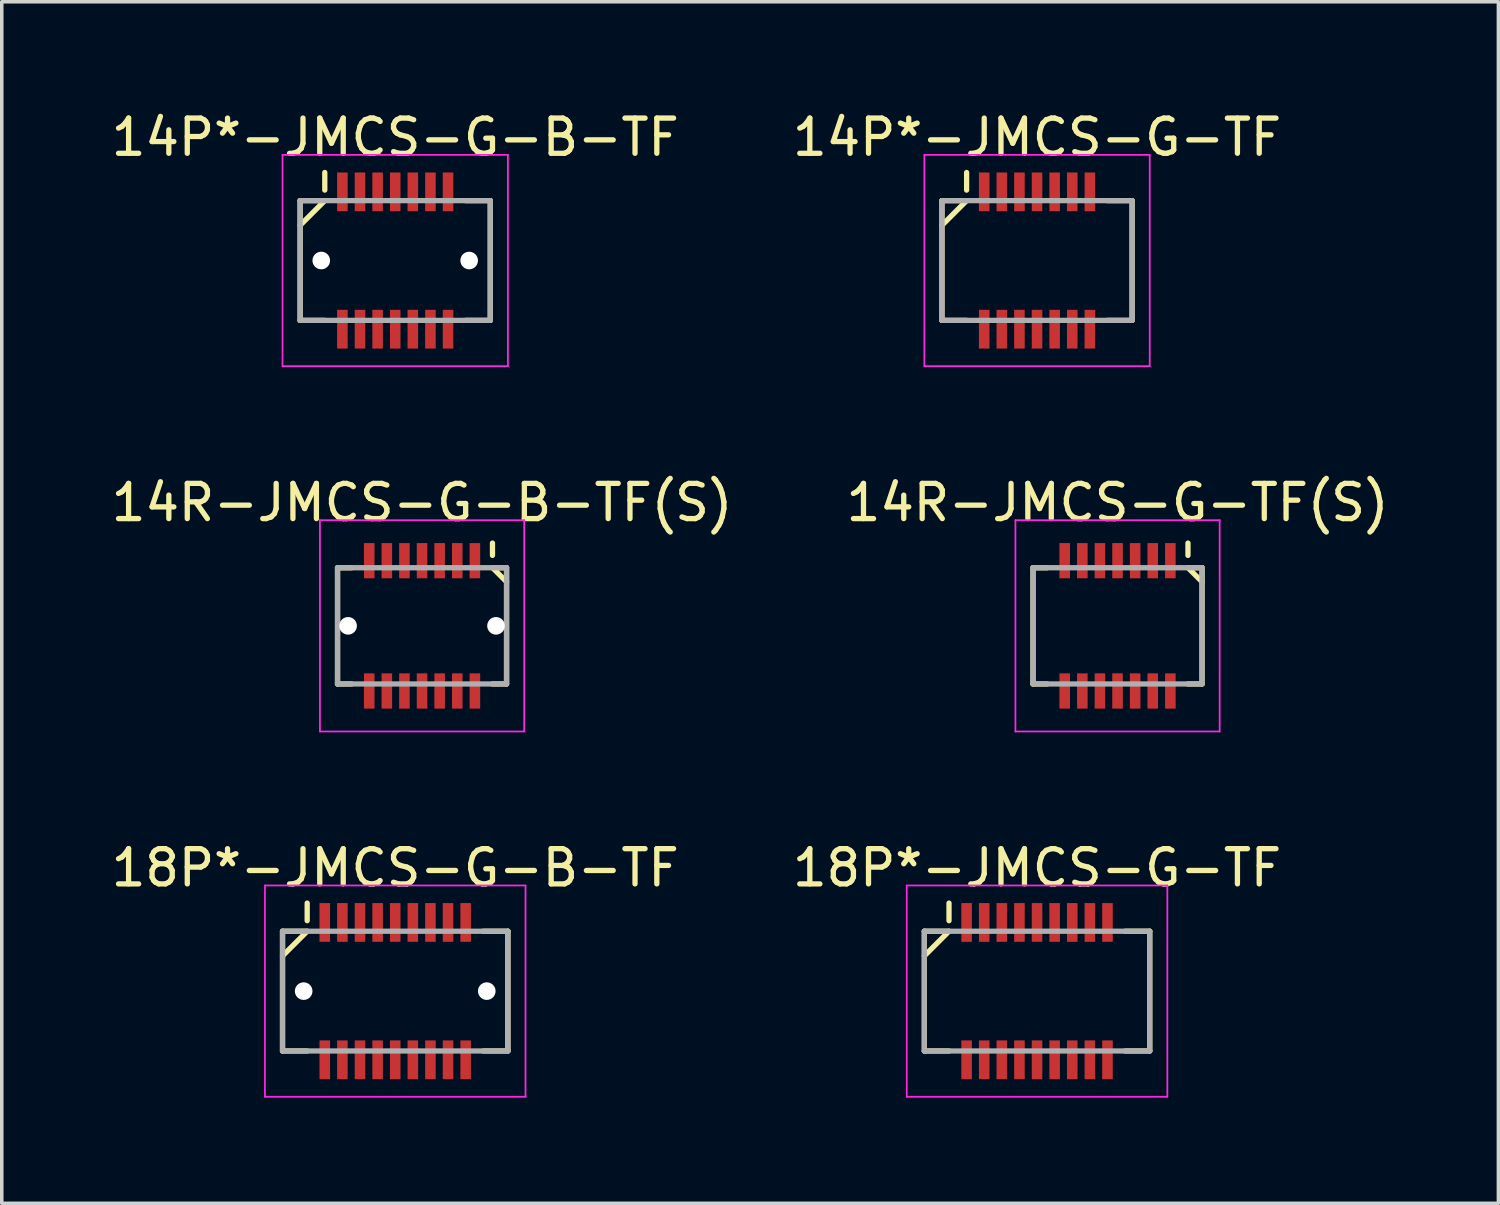
<source format=kicad_pcb>
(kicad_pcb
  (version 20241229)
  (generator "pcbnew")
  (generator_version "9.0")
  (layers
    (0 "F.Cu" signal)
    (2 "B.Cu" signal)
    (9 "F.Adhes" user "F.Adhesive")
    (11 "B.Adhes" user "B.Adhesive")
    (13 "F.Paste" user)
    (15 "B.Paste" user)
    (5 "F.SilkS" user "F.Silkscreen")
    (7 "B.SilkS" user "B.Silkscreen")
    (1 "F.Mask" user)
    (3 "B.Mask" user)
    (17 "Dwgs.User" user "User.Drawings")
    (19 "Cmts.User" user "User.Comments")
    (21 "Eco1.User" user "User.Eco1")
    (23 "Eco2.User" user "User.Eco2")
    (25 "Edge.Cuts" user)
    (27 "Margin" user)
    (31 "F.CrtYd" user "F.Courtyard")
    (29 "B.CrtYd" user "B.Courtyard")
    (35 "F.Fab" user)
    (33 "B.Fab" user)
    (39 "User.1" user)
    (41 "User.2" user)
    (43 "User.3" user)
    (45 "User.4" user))
  (footprint "14R-JMCS-G-TF(S)"
    (layer "F.Cu")
    (at 28.685 14.722)
    (property "Reference" "14R-JMCS-G-TF(S)" (at 0 -3.5 0) (layer "F.SilkS") (effects (font (size 1 1) (thickness 0.15))))
    (attr smd)
    (fp_line (start -2.4 -1.65) (end -2.4 1.65) (stroke (width 0.15) (type solid)) (layer "F.SilkS"))
    (fp_line (start -2.4 -1.65) (end -2 -1.65) (stroke (width 0.15) (type solid)) (layer "F.SilkS"))
    (fp_line (start -2.4 1.65) (end -2 1.65) (stroke (width 0.15) (type solid)) (layer "F.SilkS"))
    (fp_line (start 2 -2.35) (end 2 -2) (stroke (width 0.15) (type solid)) (layer "F.SilkS"))
    (fp_line (start 2 -1.65) (end 2.4 -1.65) (stroke (width 0.15) (type solid)) (layer "F.SilkS"))
    (fp_line (start 2 -1.65) (end 2.4 -1.25) (stroke (width 0.15) (type solid)) (layer "F.SilkS"))
    (fp_line (start 2 1.65) (end 2.4 1.65) (stroke (width 0.15) (type solid)) (layer "F.SilkS"))
    (fp_line (start 2.4 -1.65) (end 2.4 1.65) (stroke (width 0.15) (type solid)) (layer "F.SilkS"))
    (fp_line (start -2.9 -3) (end -2.9 3) (stroke (width 0.05) (type solid)) (layer "F.CrtYd"))
    (fp_line (start -2.9 -3) (end 2.9 -3) (stroke (width 0.05) (type solid)) (layer "F.CrtYd"))
    (fp_line (start -2.9 3) (end 2.9 3) (stroke (width 0.05) (type solid)) (layer "F.CrtYd"))
    (fp_line (start 2.9 -3) (end 2.9 3) (stroke (width 0.05) (type solid)) (layer "F.CrtYd"))
    (fp_line (start -2.4 -1.65) (end -2.4 1.65) (stroke (width 0.15) (type solid)) (layer "F.Fab"))
    (fp_line (start -2.4 -1.65) (end 2.4 -1.65) (stroke (width 0.15) (type solid)) (layer "F.Fab"))
    (fp_line (start -2.4 1.65) (end 2.4 1.65) (stroke (width 0.15) (type solid)) (layer "F.Fab"))
    (fp_line (start 2.4 -1.65) (end 2.4 1.65) (stroke (width 0.15) (type solid)) (layer "F.Fab"))
    (pad "1" smd rect (at 1.5 -1.85) (size 0.3 1) (layers "F.Cu" "F.Mask" "F.Paste"))
    (pad "2" smd rect (at 1.5 1.85) (size 0.3 1) (layers "F.Cu" "F.Mask" "F.Paste"))
    (pad "3" smd rect (at 1 -1.85) (size 0.3 1) (layers "F.Cu" "F.Mask" "F.Paste"))
    (pad "4" smd rect (at 1 1.85) (size 0.3 1) (layers "F.Cu" "F.Mask" "F.Paste"))
    (pad "5" smd rect (at 0.5 -1.85) (size 0.3 1) (layers "F.Cu" "F.Mask" "F.Paste"))
    (pad "6" smd rect (at 0.5 1.85) (size 0.3 1) (layers "F.Cu" "F.Mask" "F.Paste"))
    (pad "7" smd rect (at 0 -1.85) (size 0.3 1) (layers "F.Cu" "F.Mask" "F.Paste"))
    (pad "8" smd rect (at 0 1.85) (size 0.3 1) (layers "F.Cu" "F.Mask" "F.Paste"))
    (pad "9" smd rect (at -0.5 -1.85) (size 0.3 1) (layers "F.Cu" "F.Mask" "F.Paste"))
    (pad "10" smd rect (at -0.5 1.85) (size 0.3 1) (layers "F.Cu" "F.Mask" "F.Paste"))
    (pad "11" smd rect (at -1 -1.85) (size 0.3 1) (layers "F.Cu" "F.Mask" "F.Paste"))
    (pad "12" smd rect (at -1 1.85) (size 0.3 1) (layers "F.Cu" "F.Mask" "F.Paste"))
    (pad "13" smd rect (at -1.5 -1.85) (size 0.3 1) (layers "F.Cu" "F.Mask" "F.Paste"))
    (pad "14" smd rect (at -1.5 1.85) (size 0.3 1) (layers "F.Cu" "F.Mask" "F.Paste")))
  (footprint "14R-JMCS-G-B-TF(S)"
    (layer "F.Cu")
    (at 8.935 14.722)
    (property "Reference" "14R-JMCS-G-B-TF(S)" (at 0 -3.5 0) (layer "F.SilkS") (effects (font (size 1 1) (thickness 0.15))))
    (attr smd)
    (fp_line (start -2.4 -1.65) (end -2.4 1.65) (stroke (width 0.15) (type solid)) (layer "F.SilkS"))
    (fp_line (start -2.4 -1.65) (end -2 -1.65) (stroke (width 0.15) (type solid)) (layer "F.SilkS"))
    (fp_line (start -2.4 1.65) (end -2 1.65) (stroke (width 0.15) (type solid)) (layer "F.SilkS"))
    (fp_line (start 2 -2.35) (end 2 -2) (stroke (width 0.15) (type solid)) (layer "F.SilkS"))
    (fp_line (start 2 -1.65) (end 2.4 -1.65) (stroke (width 0.15) (type solid)) (layer "F.SilkS"))
    (fp_line (start 2 -1.65) (end 2.4 -1.25) (stroke (width 0.15) (type solid)) (layer "F.SilkS"))
    (fp_line (start 2 1.65) (end 2.4 1.65) (stroke (width 0.15) (type solid)) (layer "F.SilkS"))
    (fp_line (start 2.4 -1.65) (end 2.4 1.65) (stroke (width 0.15) (type solid)) (layer "F.SilkS"))
    (fp_line (start -2.9 -3) (end -2.9 3) (stroke (width 0.05) (type solid)) (layer "F.CrtYd"))
    (fp_line (start -2.9 -3) (end 2.9 -3) (stroke (width 0.05) (type solid)) (layer "F.CrtYd"))
    (fp_line (start -2.9 3) (end 2.9 3) (stroke (width 0.05) (type solid)) (layer "F.CrtYd"))
    (fp_line (start 2.9 -3) (end 2.9 3) (stroke (width 0.05) (type solid)) (layer "F.CrtYd"))
    (fp_line (start -2.4 -1.65) (end -2.4 1.65) (stroke (width 0.15) (type solid)) (layer "F.Fab"))
    (fp_line (start -2.4 -1.65) (end 2.4 -1.65) (stroke (width 0.15) (type solid)) (layer "F.Fab"))
    (fp_line (start -2.4 1.65) (end 2.4 1.65) (stroke (width 0.15) (type solid)) (layer "F.Fab"))
    (fp_line (start 2.4 -1.65) (end 2.4 1.65) (stroke (width 0.15) (type solid)) (layer "F.Fab"))
    (pad "" np_thru_hole circle (at -2.1 0) (size 0.5 0.5) (drill 0.5) (layers "*.Cu" "*.Mask"))
    (pad "" np_thru_hole circle (at 2.1 0) (size 0.5 0.5) (drill 0.5) (layers "*.Cu" "*.Mask"))
    (pad "1" smd rect (at 1.5 -1.85) (size 0.3 1) (layers "F.Cu" "F.Mask" "F.Paste"))
    (pad "2" smd rect (at 1.5 1.85) (size 0.3 1) (layers "F.Cu" "F.Mask" "F.Paste"))
    (pad "3" smd rect (at 1 -1.85) (size 0.3 1) (layers "F.Cu" "F.Mask" "F.Paste"))
    (pad "4" smd rect (at 1 1.85) (size 0.3 1) (layers "F.Cu" "F.Mask" "F.Paste"))
    (pad "5" smd rect (at 0.5 -1.85) (size 0.3 1) (layers "F.Cu" "F.Mask" "F.Paste"))
    (pad "6" smd rect (at 0.5 1.85) (size 0.3 1) (layers "F.Cu" "F.Mask" "F.Paste"))
    (pad "7" smd rect (at 0 -1.85) (size 0.3 1) (layers "F.Cu" "F.Mask" "F.Paste"))
    (pad "8" smd rect (at 0 1.85) (size 0.3 1) (layers "F.Cu" "F.Mask" "F.Paste"))
    (pad "9" smd rect (at -0.5 -1.85) (size 0.3 1) (layers "F.Cu" "F.Mask" "F.Paste"))
    (pad "10" smd rect (at -0.5 1.85) (size 0.3 1) (layers "F.Cu" "F.Mask" "F.Paste"))
    (pad "11" smd rect (at -1 -1.85) (size 0.3 1) (layers "F.Cu" "F.Mask" "F.Paste"))
    (pad "12" smd rect (at -1 1.85) (size 0.3 1) (layers "F.Cu" "F.Mask" "F.Paste"))
    (pad "13" smd rect (at -1.5 -1.85) (size 0.3 1) (layers "F.Cu" "F.Mask" "F.Paste"))
    (pad "14" smd rect (at -1.5 1.85) (size 0.3 1) (layers "F.Cu" "F.Mask" "F.Paste")))
  (footprint "14P*-JMCS-G-B-TF"
    (layer "F.Cu")
    (at 8.173 4.348)
    (property "Reference" "14P*-JMCS-G-B-TF" (at 0 -3.5 0) (layer "F.SilkS") (effects (font (size 1 1) (thickness 0.15))))
    (attr smd)
    (fp_line (start -2.7 -1.7) (end -2.7 1.7) (stroke (width 0.15) (type solid)) (layer "F.SilkS"))
    (fp_line (start -2.7 -1.7) (end -2 -1.7) (stroke (width 0.15) (type solid)) (layer "F.SilkS"))
    (fp_line (start -2.7 1.7) (end -2 1.7) (stroke (width 0.15) (type solid)) (layer "F.SilkS"))
    (fp_line (start -2 -2.5) (end -2 -2) (stroke (width 0.15) (type solid)) (layer "F.SilkS"))
    (fp_line (start -2 -1.7) (end -2.7 -1) (stroke (width 0.15) (type solid)) (layer "F.SilkS"))
    (fp_line (start 2 -1.7) (end 2.7 -1.7) (stroke (width 0.15) (type solid)) (layer "F.SilkS"))
    (fp_line (start 2 1.7) (end 2.7 1.7) (stroke (width 0.15) (type solid)) (layer "F.SilkS"))
    (fp_line (start 2.7 -1.7) (end 2.7 1.7) (stroke (width 0.15) (type solid)) (layer "F.SilkS"))
    (fp_line (start -3.2 -3) (end -3.2 3) (stroke (width 0.05) (type solid)) (layer "F.CrtYd"))
    (fp_line (start -3.2 -3) (end 3.2 -3) (stroke (width 0.05) (type solid)) (layer "F.CrtYd"))
    (fp_line (start -3.2 3) (end 3.2 3) (stroke (width 0.05) (type solid)) (layer "F.CrtYd"))
    (fp_line (start 3.2 -3) (end 3.2 3) (stroke (width 0.05) (type solid)) (layer "F.CrtYd"))
    (fp_line (start -2.7 -1.7) (end -2.7 1.7) (stroke (width 0.15) (type solid)) (layer "F.Fab"))
    (fp_line (start -2.7 -1.7) (end 2.7 -1.7) (stroke (width 0.15) (type solid)) (layer "F.Fab"))
    (fp_line (start -2.7 1.7) (end 2.7 1.7) (stroke (width 0.15) (type solid)) (layer "F.Fab"))
    (fp_line (start 2.7 -1.7) (end 2.7 1.7) (stroke (width 0.15) (type solid)) (layer "F.Fab"))
    (pad "" np_thru_hole circle (at -2.1 0) (size 0.5 0.5) (drill 0.5) (layers "*.Cu" "*.Mask"))
    (pad "" np_thru_hole circle (at 2.1 0) (size 0.5 0.5) (drill 0.5) (layers "*.Cu" "*.Mask"))
    (pad "1" smd rect (at -1.5 -1.95) (size 0.3 1.1) (layers "F.Cu" "F.Mask" "F.Paste"))
    (pad "2" smd rect (at -1.5 1.95) (size 0.3 1.1) (layers "F.Cu" "F.Mask" "F.Paste"))
    (pad "3" smd rect (at -1 -1.95) (size 0.3 1.1) (layers "F.Cu" "F.Mask" "F.Paste"))
    (pad "4" smd rect (at -1 1.95) (size 0.3 1.1) (layers "F.Cu" "F.Mask" "F.Paste"))
    (pad "5" smd rect (at -0.5 -1.95) (size 0.3 1.1) (layers "F.Cu" "F.Mask" "F.Paste"))
    (pad "6" smd rect (at -0.5 1.95) (size 0.3 1.1) (layers "F.Cu" "F.Mask" "F.Paste"))
    (pad "7" smd rect (at 0 -1.95) (size 0.3 1.1) (layers "F.Cu" "F.Mask" "F.Paste"))
    (pad "8" smd rect (at 0 1.95) (size 0.3 1.1) (layers "F.Cu" "F.Mask" "F.Paste"))
    (pad "9" smd rect (at 0.5 -1.95) (size 0.3 1.1) (layers "F.Cu" "F.Mask" "F.Paste"))
    (pad "10" smd rect (at 0.5 1.95) (size 0.3 1.1) (layers "F.Cu" "F.Mask" "F.Paste"))
    (pad "11" smd rect (at 1 -1.95) (size 0.3 1.1) (layers "F.Cu" "F.Mask" "F.Paste"))
    (pad "12" smd rect (at 1 1.95) (size 0.3 1.1) (layers "F.Cu" "F.Mask" "F.Paste"))
    (pad "13" smd rect (at 1.5 -1.95) (size 0.3 1.1) (layers "F.Cu" "F.Mask" "F.Paste"))
    (pad "14" smd rect (at 1.5 1.95) (size 0.3 1.1) (layers "F.Cu" "F.Mask" "F.Paste")))
  (footprint "18P*-JMCS-G-TF"
    (layer "F.Cu")
    (at 26.399 25.095)
    (property "Reference" "18P*-JMCS-G-TF" (at 0 -3.5 0) (layer "F.SilkS") (effects (font (size 1 1) (thickness 0.15))))
    (attr smd)
    (fp_line (start -3.2 -1.7) (end -3.2 1.7) (stroke (width 0.15) (type solid)) (layer "F.SilkS"))
    (fp_line (start -3.2 -1.7) (end -2.5 -1.7) (stroke (width 0.15) (type solid)) (layer "F.SilkS"))
    (fp_line (start -3.2 1.7) (end -2.5 1.7) (stroke (width 0.15) (type solid)) (layer "F.SilkS"))
    (fp_line (start -2.5 -2.5) (end -2.5 -2) (stroke (width 0.15) (type solid)) (layer "F.SilkS"))
    (fp_line (start -2.5 -1.7) (end -3.2 -1) (stroke (width 0.15) (type solid)) (layer "F.SilkS"))
    (fp_line (start 2.5 -1.7) (end 3.2 -1.7) (stroke (width 0.15) (type solid)) (layer "F.SilkS"))
    (fp_line (start 2.5 1.7) (end 3.2 1.7) (stroke (width 0.15) (type solid)) (layer "F.SilkS"))
    (fp_line (start 3.2 -1.7) (end 3.2 1.7) (stroke (width 0.15) (type solid)) (layer "F.SilkS"))
    (fp_line (start -3.7 -3) (end -3.7 3) (stroke (width 0.05) (type solid)) (layer "F.CrtYd"))
    (fp_line (start -3.7 -3) (end 3.7 -3) (stroke (width 0.05) (type solid)) (layer "F.CrtYd"))
    (fp_line (start -3.7 3) (end 3.7 3) (stroke (width 0.05) (type solid)) (layer "F.CrtYd"))
    (fp_line (start 3.7 -3) (end 3.7 3) (stroke (width 0.05) (type solid)) (layer "F.CrtYd"))
    (fp_line (start -3.2 -1.7) (end -3.2 1.7) (stroke (width 0.15) (type solid)) (layer "F.Fab"))
    (fp_line (start -3.2 -1.7) (end 3.2 -1.7) (stroke (width 0.15) (type solid)) (layer "F.Fab"))
    (fp_line (start -3.2 1.7) (end 3.2 1.7) (stroke (width 0.15) (type solid)) (layer "F.Fab"))
    (fp_line (start 3.2 -1.7) (end 3.2 1.7) (stroke (width 0.15) (type solid)) (layer "F.Fab"))
    (pad "1" smd rect (at -2 -1.95) (size 0.3 1.1) (layers "F.Cu" "F.Mask" "F.Paste"))
    (pad "2" smd rect (at -2 1.95) (size 0.3 1.1) (layers "F.Cu" "F.Mask" "F.Paste"))
    (pad "3" smd rect (at -1.5 -1.95) (size 0.3 1.1) (layers "F.Cu" "F.Mask" "F.Paste"))
    (pad "4" smd rect (at -1.5 1.95) (size 0.3 1.1) (layers "F.Cu" "F.Mask" "F.Paste"))
    (pad "5" smd rect (at -1 -1.95) (size 0.3 1.1) (layers "F.Cu" "F.Mask" "F.Paste"))
    (pad "6" smd rect (at -1 1.95) (size 0.3 1.1) (layers "F.Cu" "F.Mask" "F.Paste"))
    (pad "7" smd rect (at -0.5 -1.95) (size 0.3 1.1) (layers "F.Cu" "F.Mask" "F.Paste"))
    (pad "8" smd rect (at -0.5 1.95) (size 0.3 1.1) (layers "F.Cu" "F.Mask" "F.Paste"))
    (pad "9" smd rect (at 0 -1.95) (size 0.3 1.1) (layers "F.Cu" "F.Mask" "F.Paste"))
    (pad "10" smd rect (at 0 1.95) (size 0.3 1.1) (layers "F.Cu" "F.Mask" "F.Paste"))
    (pad "11" smd rect (at 0.5 -1.95) (size 0.3 1.1) (layers "F.Cu" "F.Mask" "F.Paste"))
    (pad "12" smd rect (at 0.5 1.95) (size 0.3 1.1) (layers "F.Cu" "F.Mask" "F.Paste"))
    (pad "13" smd rect (at 1 -1.95) (size 0.3 1.1) (layers "F.Cu" "F.Mask" "F.Paste"))
    (pad "14" smd rect (at 1 1.95) (size 0.3 1.1) (layers "F.Cu" "F.Mask" "F.Paste"))
    (pad "15" smd rect (at 1.5 -1.95) (size 0.3 1.1) (layers "F.Cu" "F.Mask" "F.Paste"))
    (pad "16" smd rect (at 1.5 1.95) (size 0.3 1.1) (layers "F.Cu" "F.Mask" "F.Paste"))
    (pad "17" smd rect (at 2 -1.95) (size 0.3 1.1) (layers "F.Cu" "F.Mask" "F.Paste"))
    (pad "18" smd rect (at 2 1.95) (size 0.3 1.1) (layers "F.Cu" "F.Mask" "F.Paste")))
  (footprint "18P*-JMCS-G-B-TF"
    (layer "F.Cu")
    (at 8.173 25.095)
    (property "Reference" "18P*-JMCS-G-B-TF" (at 0 -3.5 0) (layer "F.SilkS") (effects (font (size 1 1) (thickness 0.15))))
    (attr smd)
    (fp_line (start -3.2 -1.7) (end -3.2 1.7) (stroke (width 0.15) (type solid)) (layer "F.SilkS"))
    (fp_line (start -3.2 -1.7) (end -2.5 -1.7) (stroke (width 0.15) (type solid)) (layer "F.SilkS"))
    (fp_line (start -3.2 1.7) (end -2.5 1.7) (stroke (width 0.15) (type solid)) (layer "F.SilkS"))
    (fp_line (start -2.5 -2.5) (end -2.5 -2) (stroke (width 0.15) (type solid)) (layer "F.SilkS"))
    (fp_line (start -2.5 -1.7) (end -3.2 -1) (stroke (width 0.15) (type solid)) (layer "F.SilkS"))
    (fp_line (start 2.5 -1.7) (end 3.2 -1.7) (stroke (width 0.15) (type solid)) (layer "F.SilkS"))
    (fp_line (start 2.5 1.7) (end 3.2 1.7) (stroke (width 0.15) (type solid)) (layer "F.SilkS"))
    (fp_line (start 3.2 -1.7) (end 3.2 1.7) (stroke (width 0.15) (type solid)) (layer "F.SilkS"))
    (fp_line (start -3.7 -3) (end -3.7 3) (stroke (width 0.05) (type solid)) (layer "F.CrtYd"))
    (fp_line (start -3.7 -3) (end 3.7 -3) (stroke (width 0.05) (type solid)) (layer "F.CrtYd"))
    (fp_line (start -3.7 3) (end 3.7 3) (stroke (width 0.05) (type solid)) (layer "F.CrtYd"))
    (fp_line (start 3.7 -3) (end 3.7 3) (stroke (width 0.05) (type solid)) (layer "F.CrtYd"))
    (fp_line (start -3.2 -1.7) (end -3.2 1.7) (stroke (width 0.15) (type solid)) (layer "F.Fab"))
    (fp_line (start -3.2 -1.7) (end 3.2 -1.7) (stroke (width 0.15) (type solid)) (layer "F.Fab"))
    (fp_line (start -3.2 1.7) (end 3.2 1.7) (stroke (width 0.15) (type solid)) (layer "F.Fab"))
    (fp_line (start 3.2 -1.7) (end 3.2 1.7) (stroke (width 0.15) (type solid)) (layer "F.Fab"))
    (pad "" np_thru_hole circle (at -2.6 0) (size 0.5 0.5) (drill 0.5) (layers "*.Cu" "*.Mask"))
    (pad "" np_thru_hole circle (at 2.6 0) (size 0.5 0.5) (drill 0.5) (layers "*.Cu" "*.Mask"))
    (pad "1" smd rect (at -2 -1.95) (size 0.3 1.1) (layers "F.Cu" "F.Mask" "F.Paste"))
    (pad "2" smd rect (at -2 1.95) (size 0.3 1.1) (layers "F.Cu" "F.Mask" "F.Paste"))
    (pad "3" smd rect (at -1.5 -1.95) (size 0.3 1.1) (layers "F.Cu" "F.Mask" "F.Paste"))
    (pad "4" smd rect (at -1.5 1.95) (size 0.3 1.1) (layers "F.Cu" "F.Mask" "F.Paste"))
    (pad "5" smd rect (at -1 -1.95) (size 0.3 1.1) (layers "F.Cu" "F.Mask" "F.Paste"))
    (pad "6" smd rect (at -1 1.95) (size 0.3 1.1) (layers "F.Cu" "F.Mask" "F.Paste"))
    (pad "7" smd rect (at -0.5 -1.95) (size 0.3 1.1) (layers "F.Cu" "F.Mask" "F.Paste"))
    (pad "8" smd rect (at -0.5 1.95) (size 0.3 1.1) (layers "F.Cu" "F.Mask" "F.Paste"))
    (pad "9" smd rect (at 0 -1.95) (size 0.3 1.1) (layers "F.Cu" "F.Mask" "F.Paste"))
    (pad "10" smd rect (at 0 1.95) (size 0.3 1.1) (layers "F.Cu" "F.Mask" "F.Paste"))
    (pad "11" smd rect (at 0.5 -1.95) (size 0.3 1.1) (layers "F.Cu" "F.Mask" "F.Paste"))
    (pad "12" smd rect (at 0.5 1.95) (size 0.3 1.1) (layers "F.Cu" "F.Mask" "F.Paste"))
    (pad "13" smd rect (at 1 -1.95) (size 0.3 1.1) (layers "F.Cu" "F.Mask" "F.Paste"))
    (pad "14" smd rect (at 1 1.95) (size 0.3 1.1) (layers "F.Cu" "F.Mask" "F.Paste"))
    (pad "15" smd rect (at 1.5 -1.95) (size 0.3 1.1) (layers "F.Cu" "F.Mask" "F.Paste"))
    (pad "16" smd rect (at 1.5 1.95) (size 0.3 1.1) (layers "F.Cu" "F.Mask" "F.Paste"))
    (pad "17" smd rect (at 2 -1.95) (size 0.3 1.1) (layers "F.Cu" "F.Mask" "F.Paste"))
    (pad "18" smd rect (at 2 1.95) (size 0.3 1.1) (layers "F.Cu" "F.Mask" "F.Paste")))
  (footprint "14P*-JMCS-G-TF"
    (layer "F.Cu")
    (at 26.399 4.348)
    (property "Reference" "14P*-JMCS-G-TF" (at 0 -3.5 0) (layer "F.SilkS") (effects (font (size 1 1) (thickness 0.15))))
    (attr smd)
    (fp_line (start -2.7 -1.7) (end -2.7 1.7) (stroke (width 0.15) (type solid)) (layer "F.SilkS"))
    (fp_line (start -2.7 -1.7) (end -2 -1.7) (stroke (width 0.15) (type solid)) (layer "F.SilkS"))
    (fp_line (start -2.7 1.7) (end -2 1.7) (stroke (width 0.15) (type solid)) (layer "F.SilkS"))
    (fp_line (start -2 -2.5) (end -2 -2) (stroke (width 0.15) (type solid)) (layer "F.SilkS"))
    (fp_line (start -2 -1.7) (end -2.7 -1) (stroke (width 0.15) (type solid)) (layer "F.SilkS"))
    (fp_line (start 2 -1.7) (end 2.7 -1.7) (stroke (width 0.15) (type solid)) (layer "F.SilkS"))
    (fp_line (start 2 1.7) (end 2.7 1.7) (stroke (width 0.15) (type solid)) (layer "F.SilkS"))
    (fp_line (start 2.7 -1.7) (end 2.7 1.7) (stroke (width 0.15) (type solid)) (layer "F.SilkS"))
    (fp_line (start -3.2 -3) (end -3.2 3) (stroke (width 0.05) (type solid)) (layer "F.CrtYd"))
    (fp_line (start -3.2 -3) (end 3.2 -3) (stroke (width 0.05) (type solid)) (layer "F.CrtYd"))
    (fp_line (start -3.2 3) (end 3.2 3) (stroke (width 0.05) (type solid)) (layer "F.CrtYd"))
    (fp_line (start 3.2 -3) (end 3.2 3) (stroke (width 0.05) (type solid)) (layer "F.CrtYd"))
    (fp_line (start -2.7 -1.7) (end -2.7 1.7) (stroke (width 0.15) (type solid)) (layer "F.Fab"))
    (fp_line (start -2.7 -1.7) (end 2.7 -1.7) (stroke (width 0.15) (type solid)) (layer "F.Fab"))
    (fp_line (start -2.7 1.7) (end 2.7 1.7) (stroke (width 0.15) (type solid)) (layer "F.Fab"))
    (fp_line (start 2.7 -1.7) (end 2.7 1.7) (stroke (width 0.15) (type solid)) (layer "F.Fab"))
    (pad "1" smd rect (at -1.5 -1.95) (size 0.3 1.1) (layers "F.Cu" "F.Mask" "F.Paste"))
    (pad "2" smd rect (at -1.5 1.95) (size 0.3 1.1) (layers "F.Cu" "F.Mask" "F.Paste"))
    (pad "3" smd rect (at -1 -1.95) (size 0.3 1.1) (layers "F.Cu" "F.Mask" "F.Paste"))
    (pad "4" smd rect (at -1 1.95) (size 0.3 1.1) (layers "F.Cu" "F.Mask" "F.Paste"))
    (pad "5" smd rect (at -0.5 -1.95) (size 0.3 1.1) (layers "F.Cu" "F.Mask" "F.Paste"))
    (pad "6" smd rect (at -0.5 1.95) (size 0.3 1.1) (layers "F.Cu" "F.Mask" "F.Paste"))
    (pad "7" smd rect (at 0 -1.95) (size 0.3 1.1) (layers "F.Cu" "F.Mask" "F.Paste"))
    (pad "8" smd rect (at 0 1.95) (size 0.3 1.1) (layers "F.Cu" "F.Mask" "F.Paste"))
    (pad "9" smd rect (at 0.5 -1.95) (size 0.3 1.1) (layers "F.Cu" "F.Mask" "F.Paste"))
    (pad "10" smd rect (at 0.5 1.95) (size 0.3 1.1) (layers "F.Cu" "F.Mask" "F.Paste"))
    (pad "11" smd rect (at 1 -1.95) (size 0.3 1.1) (layers "F.Cu" "F.Mask" "F.Paste"))
    (pad "12" smd rect (at 1 1.95) (size 0.3 1.1) (layers "F.Cu" "F.Mask" "F.Paste"))
    (pad "13" smd rect (at 1.5 -1.95) (size 0.3 1.1) (layers "F.Cu" "F.Mask" "F.Paste"))
    (pad "14" smd rect (at 1.5 1.95) (size 0.3 1.1) (layers "F.Cu" "F.Mask" "F.Paste")))
  (gr_rect
    (start -3 -3)
    (end 39.5 31.12)
    (stroke (width 0.1) (type default))
    (fill no)
    (layer "Edge.Cuts")))
</source>
